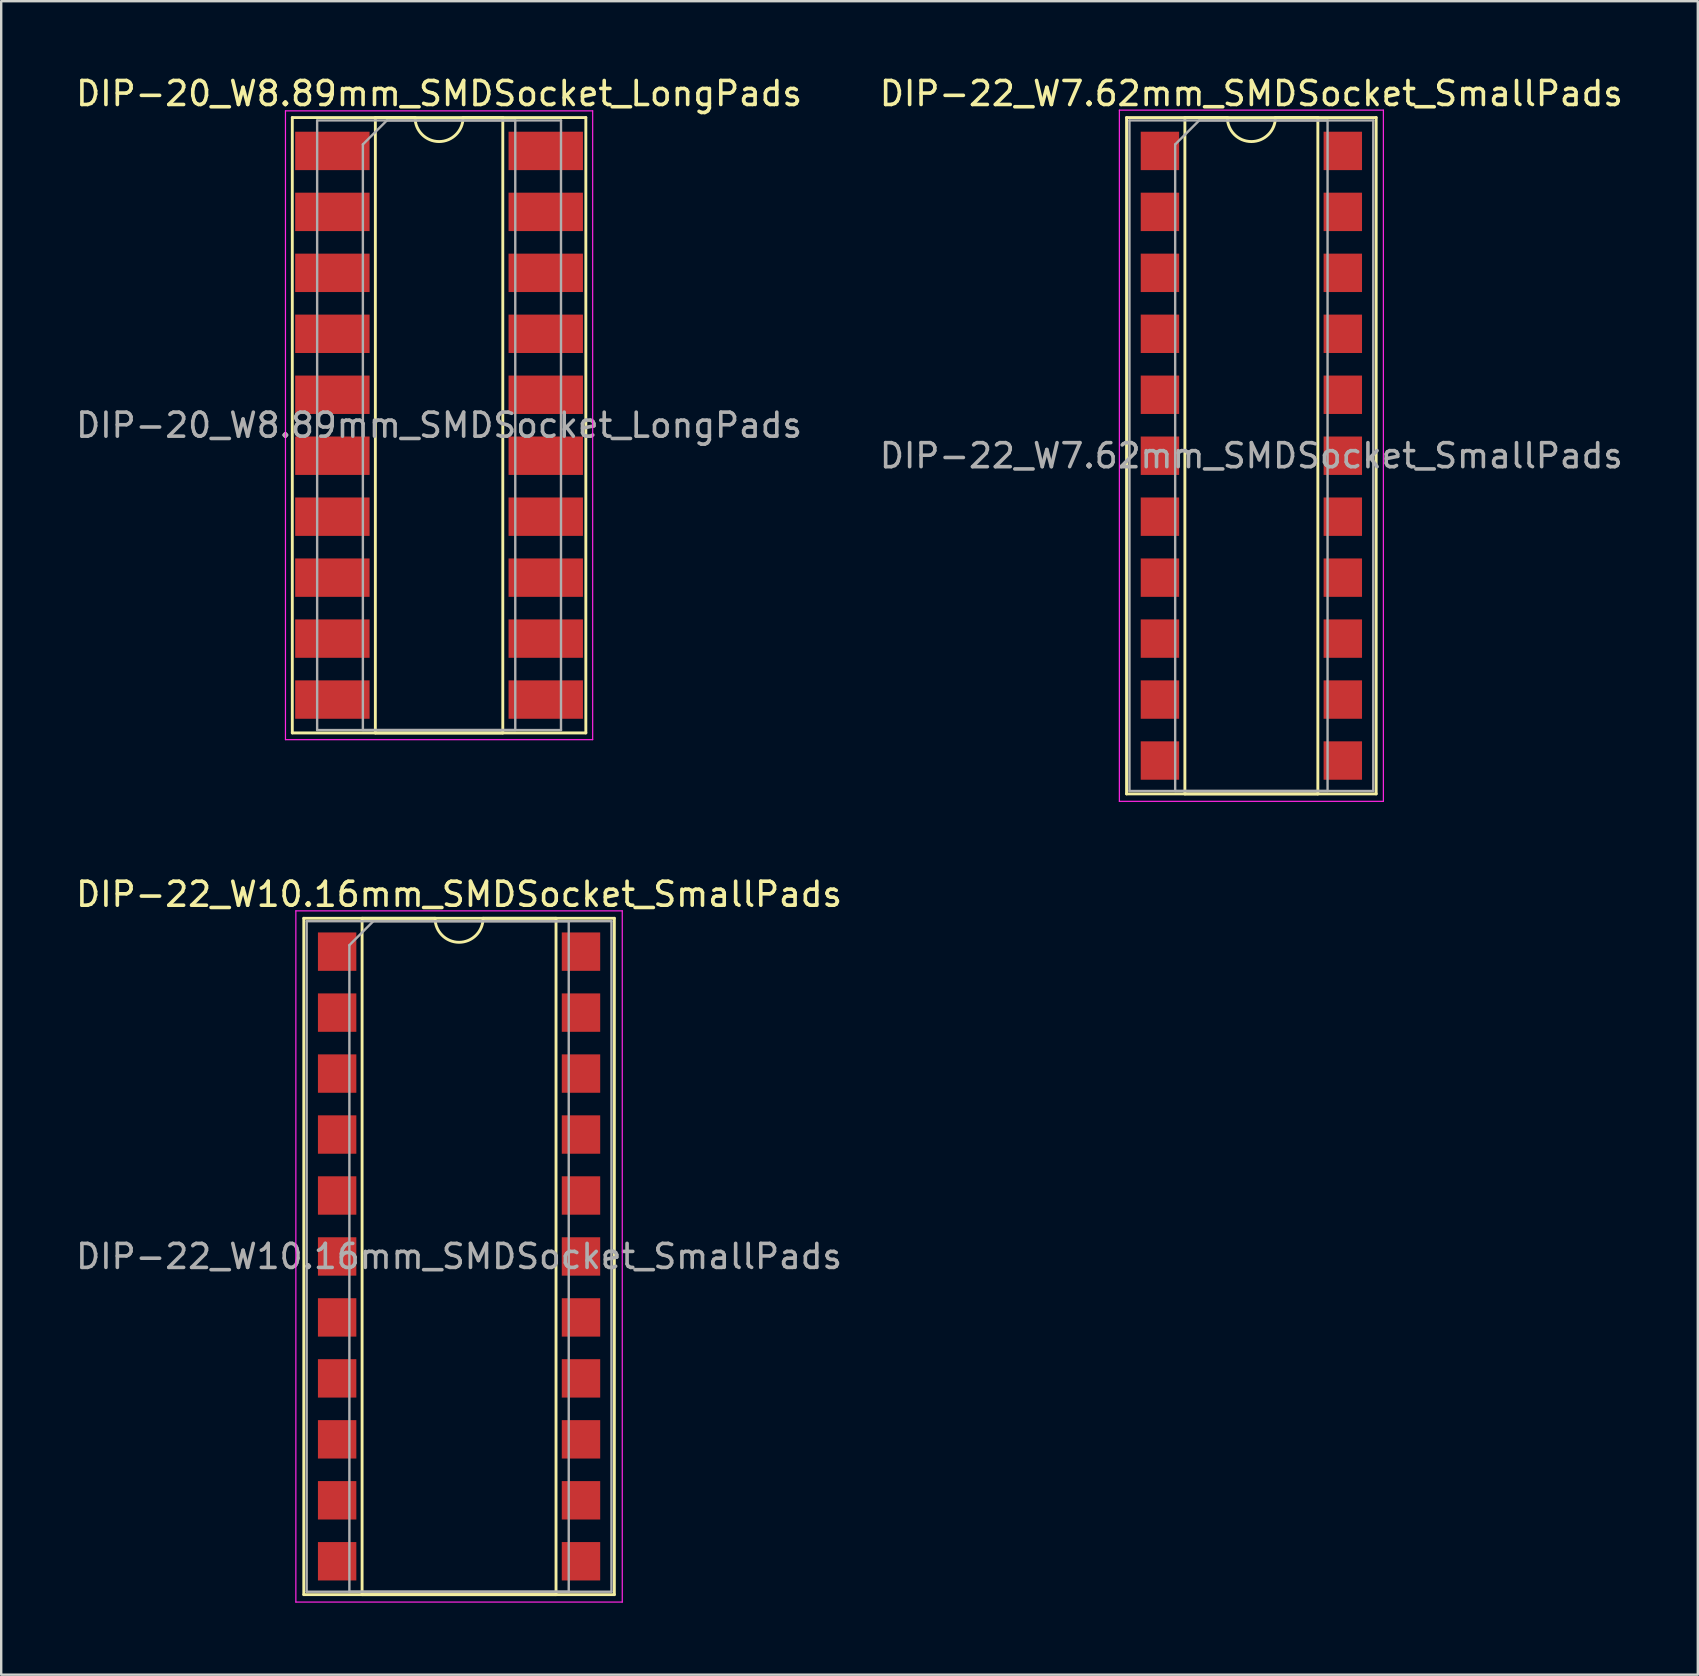
<source format=kicad_pcb>
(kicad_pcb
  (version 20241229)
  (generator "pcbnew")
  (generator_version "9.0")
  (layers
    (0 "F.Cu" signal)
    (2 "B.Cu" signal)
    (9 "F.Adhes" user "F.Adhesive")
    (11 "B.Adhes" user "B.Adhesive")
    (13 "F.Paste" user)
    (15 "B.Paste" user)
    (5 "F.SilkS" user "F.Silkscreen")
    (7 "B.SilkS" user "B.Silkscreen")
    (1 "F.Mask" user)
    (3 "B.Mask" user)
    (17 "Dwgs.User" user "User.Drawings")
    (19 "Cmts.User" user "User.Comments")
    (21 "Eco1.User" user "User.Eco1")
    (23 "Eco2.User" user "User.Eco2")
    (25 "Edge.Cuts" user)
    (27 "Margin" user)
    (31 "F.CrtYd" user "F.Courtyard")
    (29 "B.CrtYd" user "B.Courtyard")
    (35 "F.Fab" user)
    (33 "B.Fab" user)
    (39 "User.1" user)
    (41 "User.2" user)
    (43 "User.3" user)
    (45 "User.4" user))
  (footprint "DIP-20_W8.89mm_SMDSocket_LongPads"
    (layer "F.Cu")
    (at 15.244 14.668)
    (property "Reference" "DIP-20_W8.89mm_SMDSocket_LongPads" (at 0 -13.82 0) (layer "F.SilkS") (effects (font (size 1 1) (thickness 0.15))))
    (attr smd)
    (fp_line (start -6.115 -12.82) (end -6.115 12.82) (stroke (width 0.12) (type solid)) (layer "F.SilkS"))
    (fp_line (start -6.115 12.82) (end 6.115 12.82) (stroke (width 0.12) (type solid)) (layer "F.SilkS"))
    (fp_line (start -2.655 -12.82) (end -2.655 12.82) (stroke (width 0.12) (type solid)) (layer "F.SilkS"))
    (fp_line (start -2.655 12.82) (end 2.655 12.82) (stroke (width 0.12) (type solid)) (layer "F.SilkS"))
    (fp_line (start -1 -12.82) (end -2.655 -12.82) (stroke (width 0.12) (type solid)) (layer "F.SilkS"))
    (fp_line (start 2.655 -12.82) (end 1 -12.82) (stroke (width 0.12) (type solid)) (layer "F.SilkS"))
    (fp_line (start 2.655 12.82) (end 2.655 -12.82) (stroke (width 0.12) (type solid)) (layer "F.SilkS"))
    (fp_line (start 6.115 -12.82) (end -6.115 -12.82) (stroke (width 0.12) (type solid)) (layer "F.SilkS"))
    (fp_line (start 6.115 12.82) (end 6.115 -12.82) (stroke (width 0.12) (type solid)) (layer "F.SilkS"))
    (fp_arc (start 1 -12.82) (mid 0 -11.82) (end -1 -12.82) (stroke (width 0.12) (type solid)) (layer "F.SilkS"))
    (fp_line (start -6.4 -13.1) (end -6.4 13.1) (stroke (width 0.05) (type solid)) (layer "F.CrtYd"))
    (fp_line (start -6.4 13.1) (end 6.4 13.1) (stroke (width 0.05) (type solid)) (layer "F.CrtYd"))
    (fp_line (start 6.4 -13.1) (end -6.4 -13.1) (stroke (width 0.05) (type solid)) (layer "F.CrtYd"))
    (fp_line (start 6.4 13.1) (end 6.4 -13.1) (stroke (width 0.05) (type solid)) (layer "F.CrtYd"))
    (fp_line (start -5.08 -12.7) (end -5.08 12.7) (stroke (width 0.1) (type solid)) (layer "F.Fab"))
    (fp_line (start -5.08 12.7) (end 5.08 12.7) (stroke (width 0.1) (type solid)) (layer "F.Fab"))
    (fp_line (start -3.175 -11.7) (end -2.175 -12.7) (stroke (width 0.1) (type solid)) (layer "F.Fab"))
    (fp_line (start -3.175 12.7) (end -3.175 -11.7) (stroke (width 0.1) (type solid)) (layer "F.Fab"))
    (fp_line (start -2.175 -12.7) (end 3.175 -12.7) (stroke (width 0.1) (type solid)) (layer "F.Fab"))
    (fp_line (start 3.175 -12.7) (end 3.175 12.7) (stroke (width 0.1) (type solid)) (layer "F.Fab"))
    (fp_line (start 3.175 12.7) (end -3.175 12.7) (stroke (width 0.1) (type solid)) (layer "F.Fab"))
    (fp_line (start 5.08 -12.7) (end -5.08 -12.7) (stroke (width 0.1) (type solid)) (layer "F.Fab"))
    (fp_line (start 5.08 12.7) (end 5.08 -12.7) (stroke (width 0.1) (type solid)) (layer "F.Fab"))
    (fp_text user "${REFERENCE}" (at 0 0 0) (layer "F.Fab") (effects (font (size 1 1) (thickness 0.15))))
    (pad "1" smd rect (at -4.445 -11.43) (size 3.1 1.6) (layers "F.Cu" "F.Mask" "F.Paste"))
    (pad "2" smd rect (at -4.445 -8.89) (size 3.1 1.6) (layers "F.Cu" "F.Mask" "F.Paste"))
    (pad "3" smd rect (at -4.445 -6.35) (size 3.1 1.6) (layers "F.Cu" "F.Mask" "F.Paste"))
    (pad "4" smd rect (at -4.445 -3.81) (size 3.1 1.6) (layers "F.Cu" "F.Mask" "F.Paste"))
    (pad "5" smd rect (at -4.445 -1.27) (size 3.1 1.6) (layers "F.Cu" "F.Mask" "F.Paste"))
    (pad "6" smd rect (at -4.445 1.27) (size 3.1 1.6) (layers "F.Cu" "F.Mask" "F.Paste"))
    (pad "7" smd rect (at -4.445 3.81) (size 3.1 1.6) (layers "F.Cu" "F.Mask" "F.Paste"))
    (pad "8" smd rect (at -4.445 6.35) (size 3.1 1.6) (layers "F.Cu" "F.Mask" "F.Paste"))
    (pad "9" smd rect (at -4.445 8.89) (size 3.1 1.6) (layers "F.Cu" "F.Mask" "F.Paste"))
    (pad "10" smd rect (at -4.445 11.43) (size 3.1 1.6) (layers "F.Cu" "F.Mask" "F.Paste"))
    (pad "11" smd rect (at 4.445 11.43) (size 3.1 1.6) (layers "F.Cu" "F.Mask" "F.Paste"))
    (pad "12" smd rect (at 4.445 8.89) (size 3.1 1.6) (layers "F.Cu" "F.Mask" "F.Paste"))
    (pad "13" smd rect (at 4.445 6.35) (size 3.1 1.6) (layers "F.Cu" "F.Mask" "F.Paste"))
    (pad "14" smd rect (at 4.445 3.81) (size 3.1 1.6) (layers "F.Cu" "F.Mask" "F.Paste"))
    (pad "15" smd rect (at 4.445 1.27) (size 3.1 1.6) (layers "F.Cu" "F.Mask" "F.Paste"))
    (pad "16" smd rect (at 4.445 -1.27) (size 3.1 1.6) (layers "F.Cu" "F.Mask" "F.Paste"))
    (pad "17" smd rect (at 4.445 -3.81) (size 3.1 1.6) (layers "F.Cu" "F.Mask" "F.Paste"))
    (pad "18" smd rect (at 4.445 -6.35) (size 3.1 1.6) (layers "F.Cu" "F.Mask" "F.Paste"))
    (pad "19" smd rect (at 4.445 -8.89) (size 3.1 1.6) (layers "F.Cu" "F.Mask" "F.Paste"))
    (pad "20" smd rect (at 4.445 -11.43) (size 3.1 1.6) (layers "F.Cu" "F.Mask" "F.Paste")))
  (footprint "DIP-22_W10.16mm_SMDSocket_SmallPads"
    (layer "F.Cu")
    (at 16.077 49.301)
    (property "Reference" "DIP-22_W10.16mm_SMDSocket_SmallPads" (at 0 -15.09 0) (layer "F.SilkS") (effects (font (size 1 1) (thickness 0.15))))
    (attr smd)
    (fp_line (start -6.47 -14.09) (end -6.47 14.09) (stroke (width 0.12) (type solid)) (layer "F.SilkS"))
    (fp_line (start -6.47 14.09) (end 6.47 14.09) (stroke (width 0.12) (type solid)) (layer "F.SilkS"))
    (fp_line (start -4.04 -14.09) (end -4.04 14.09) (stroke (width 0.12) (type solid)) (layer "F.SilkS"))
    (fp_line (start -4.04 14.09) (end 4.04 14.09) (stroke (width 0.12) (type solid)) (layer "F.SilkS"))
    (fp_line (start -1 -14.09) (end -4.04 -14.09) (stroke (width 0.12) (type solid)) (layer "F.SilkS"))
    (fp_line (start 4.04 -14.09) (end 1 -14.09) (stroke (width 0.12) (type solid)) (layer "F.SilkS"))
    (fp_line (start 4.04 14.09) (end 4.04 -14.09) (stroke (width 0.12) (type solid)) (layer "F.SilkS"))
    (fp_line (start 6.47 -14.09) (end -6.47 -14.09) (stroke (width 0.12) (type solid)) (layer "F.SilkS"))
    (fp_line (start 6.47 14.09) (end 6.47 -14.09) (stroke (width 0.12) (type solid)) (layer "F.SilkS"))
    (fp_arc (start 1 -14.09) (mid 0 -13.09) (end -1 -14.09) (stroke (width 0.12) (type solid)) (layer "F.SilkS"))
    (fp_line (start -6.8 -14.4) (end -6.8 14.4) (stroke (width 0.05) (type solid)) (layer "F.CrtYd"))
    (fp_line (start -6.8 14.4) (end 6.8 14.4) (stroke (width 0.05) (type solid)) (layer "F.CrtYd"))
    (fp_line (start 6.8 -14.4) (end -6.8 -14.4) (stroke (width 0.05) (type solid)) (layer "F.CrtYd"))
    (fp_line (start 6.8 14.4) (end 6.8 -14.4) (stroke (width 0.05) (type solid)) (layer "F.CrtYd"))
    (fp_line (start -6.35 -13.97) (end -6.35 13.97) (stroke (width 0.1) (type solid)) (layer "F.Fab"))
    (fp_line (start -6.35 13.97) (end 6.35 13.97) (stroke (width 0.1) (type solid)) (layer "F.Fab"))
    (fp_line (start -4.57 -12.97) (end -3.57 -13.97) (stroke (width 0.1) (type solid)) (layer "F.Fab"))
    (fp_line (start -4.57 13.97) (end -4.57 -12.97) (stroke (width 0.1) (type solid)) (layer "F.Fab"))
    (fp_line (start -3.57 -13.97) (end 4.57 -13.97) (stroke (width 0.1) (type solid)) (layer "F.Fab"))
    (fp_line (start 4.57 -13.97) (end 4.57 13.97) (stroke (width 0.1) (type solid)) (layer "F.Fab"))
    (fp_line (start 4.57 13.97) (end -4.57 13.97) (stroke (width 0.1) (type solid)) (layer "F.Fab"))
    (fp_line (start 6.35 -13.97) (end -6.35 -13.97) (stroke (width 0.1) (type solid)) (layer "F.Fab"))
    (fp_line (start 6.35 13.97) (end 6.35 -13.97) (stroke (width 0.1) (type solid)) (layer "F.Fab"))
    (fp_text user "${REFERENCE}" (at 0 0 0) (layer "F.Fab") (effects (font (size 1 1) (thickness 0.15))))
    (pad "1" smd rect (at -5.08 -12.7) (size 1.6 1.6) (layers "F.Cu" "F.Mask" "F.Paste"))
    (pad "2" smd rect (at -5.08 -10.16) (size 1.6 1.6) (layers "F.Cu" "F.Mask" "F.Paste"))
    (pad "3" smd rect (at -5.08 -7.62) (size 1.6 1.6) (layers "F.Cu" "F.Mask" "F.Paste"))
    (pad "4" smd rect (at -5.08 -5.08) (size 1.6 1.6) (layers "F.Cu" "F.Mask" "F.Paste"))
    (pad "5" smd rect (at -5.08 -2.54) (size 1.6 1.6) (layers "F.Cu" "F.Mask" "F.Paste"))
    (pad "6" smd rect (at -5.08 0) (size 1.6 1.6) (layers "F.Cu" "F.Mask" "F.Paste"))
    (pad "7" smd rect (at -5.08 2.54) (size 1.6 1.6) (layers "F.Cu" "F.Mask" "F.Paste"))
    (pad "8" smd rect (at -5.08 5.08) (size 1.6 1.6) (layers "F.Cu" "F.Mask" "F.Paste"))
    (pad "9" smd rect (at -5.08 7.62) (size 1.6 1.6) (layers "F.Cu" "F.Mask" "F.Paste"))
    (pad "10" smd rect (at -5.08 10.16) (size 1.6 1.6) (layers "F.Cu" "F.Mask" "F.Paste"))
    (pad "11" smd rect (at -5.08 12.7) (size 1.6 1.6) (layers "F.Cu" "F.Mask" "F.Paste"))
    (pad "12" smd rect (at 5.08 12.7) (size 1.6 1.6) (layers "F.Cu" "F.Mask" "F.Paste"))
    (pad "13" smd rect (at 5.08 10.16) (size 1.6 1.6) (layers "F.Cu" "F.Mask" "F.Paste"))
    (pad "14" smd rect (at 5.08 7.62) (size 1.6 1.6) (layers "F.Cu" "F.Mask" "F.Paste"))
    (pad "15" smd rect (at 5.08 5.08) (size 1.6 1.6) (layers "F.Cu" "F.Mask" "F.Paste"))
    (pad "16" smd rect (at 5.08 2.54) (size 1.6 1.6) (layers "F.Cu" "F.Mask" "F.Paste"))
    (pad "17" smd rect (at 5.08 0) (size 1.6 1.6) (layers "F.Cu" "F.Mask" "F.Paste"))
    (pad "18" smd rect (at 5.08 -2.54) (size 1.6 1.6) (layers "F.Cu" "F.Mask" "F.Paste"))
    (pad "19" smd rect (at 5.08 -5.08) (size 1.6 1.6) (layers "F.Cu" "F.Mask" "F.Paste"))
    (pad "20" smd rect (at 5.08 -7.62) (size 1.6 1.6) (layers "F.Cu" "F.Mask" "F.Paste"))
    (pad "21" smd rect (at 5.08 -10.16) (size 1.6 1.6) (layers "F.Cu" "F.Mask" "F.Paste"))
    (pad "22" smd rect (at 5.08 -12.7) (size 1.6 1.6) (layers "F.Cu" "F.Mask" "F.Paste")))
  (footprint "DIP-22_W7.62mm_SMDSocket_SmallPads"
    (layer "F.Cu")
    (at 49.089 15.938)
    (property "Reference" "DIP-22_W7.62mm_SMDSocket_SmallPads" (at 0 -15.09 0) (layer "F.SilkS") (effects (font (size 1 1) (thickness 0.15))))
    (attr smd)
    (fp_line (start -5.2 -14.09) (end -5.2 14.09) (stroke (width 0.12) (type solid)) (layer "F.SilkS"))
    (fp_line (start -5.2 14.09) (end 5.2 14.09) (stroke (width 0.12) (type solid)) (layer "F.SilkS"))
    (fp_line (start -2.77 -14.09) (end -2.77 14.09) (stroke (width 0.12) (type solid)) (layer "F.SilkS"))
    (fp_line (start -2.77 14.09) (end 2.77 14.09) (stroke (width 0.12) (type solid)) (layer "F.SilkS"))
    (fp_line (start -1 -14.09) (end -2.77 -14.09) (stroke (width 0.12) (type solid)) (layer "F.SilkS"))
    (fp_line (start 2.77 -14.09) (end 1 -14.09) (stroke (width 0.12) (type solid)) (layer "F.SilkS"))
    (fp_line (start 2.77 14.09) (end 2.77 -14.09) (stroke (width 0.12) (type solid)) (layer "F.SilkS"))
    (fp_line (start 5.2 -14.09) (end -5.2 -14.09) (stroke (width 0.12) (type solid)) (layer "F.SilkS"))
    (fp_line (start 5.2 14.09) (end 5.2 -14.09) (stroke (width 0.12) (type solid)) (layer "F.SilkS"))
    (fp_arc (start 1 -14.09) (mid 0 -13.09) (end -1 -14.09) (stroke (width 0.12) (type solid)) (layer "F.SilkS"))
    (fp_line (start -5.5 -14.4) (end -5.5 14.4) (stroke (width 0.05) (type solid)) (layer "F.CrtYd"))
    (fp_line (start -5.5 14.4) (end 5.5 14.4) (stroke (width 0.05) (type solid)) (layer "F.CrtYd"))
    (fp_line (start 5.5 -14.4) (end -5.5 -14.4) (stroke (width 0.05) (type solid)) (layer "F.CrtYd"))
    (fp_line (start 5.5 14.4) (end 5.5 -14.4) (stroke (width 0.05) (type solid)) (layer "F.CrtYd"))
    (fp_line (start -5.08 -13.97) (end -5.08 13.97) (stroke (width 0.1) (type solid)) (layer "F.Fab"))
    (fp_line (start -5.08 13.97) (end 5.08 13.97) (stroke (width 0.1) (type solid)) (layer "F.Fab"))
    (fp_line (start -3.175 -12.97) (end -2.175 -13.97) (stroke (width 0.1) (type solid)) (layer "F.Fab"))
    (fp_line (start -3.175 13.97) (end -3.175 -12.97) (stroke (width 0.1) (type solid)) (layer "F.Fab"))
    (fp_line (start -2.175 -13.97) (end 3.175 -13.97) (stroke (width 0.1) (type solid)) (layer "F.Fab"))
    (fp_line (start 3.175 -13.97) (end 3.175 13.97) (stroke (width 0.1) (type solid)) (layer "F.Fab"))
    (fp_line (start 3.175 13.97) (end -3.175 13.97) (stroke (width 0.1) (type solid)) (layer "F.Fab"))
    (fp_line (start 5.08 -13.97) (end -5.08 -13.97) (stroke (width 0.1) (type solid)) (layer "F.Fab"))
    (fp_line (start 5.08 13.97) (end 5.08 -13.97) (stroke (width 0.1) (type solid)) (layer "F.Fab"))
    (fp_text user "${REFERENCE}" (at 0 0 0) (layer "F.Fab") (effects (font (size 1 1) (thickness 0.15))))
    (pad "1" smd rect (at -3.81 -12.7) (size 1.6 1.6) (layers "F.Cu" "F.Mask" "F.Paste"))
    (pad "2" smd rect (at -3.81 -10.16) (size 1.6 1.6) (layers "F.Cu" "F.Mask" "F.Paste"))
    (pad "3" smd rect (at -3.81 -7.62) (size 1.6 1.6) (layers "F.Cu" "F.Mask" "F.Paste"))
    (pad "4" smd rect (at -3.81 -5.08) (size 1.6 1.6) (layers "F.Cu" "F.Mask" "F.Paste"))
    (pad "5" smd rect (at -3.81 -2.54) (size 1.6 1.6) (layers "F.Cu" "F.Mask" "F.Paste"))
    (pad "6" smd rect (at -3.81 0) (size 1.6 1.6) (layers "F.Cu" "F.Mask" "F.Paste"))
    (pad "7" smd rect (at -3.81 2.54) (size 1.6 1.6) (layers "F.Cu" "F.Mask" "F.Paste"))
    (pad "8" smd rect (at -3.81 5.08) (size 1.6 1.6) (layers "F.Cu" "F.Mask" "F.Paste"))
    (pad "9" smd rect (at -3.81 7.62) (size 1.6 1.6) (layers "F.Cu" "F.Mask" "F.Paste"))
    (pad "10" smd rect (at -3.81 10.16) (size 1.6 1.6) (layers "F.Cu" "F.Mask" "F.Paste"))
    (pad "11" smd rect (at -3.81 12.7) (size 1.6 1.6) (layers "F.Cu" "F.Mask" "F.Paste"))
    (pad "12" smd rect (at 3.81 12.7) (size 1.6 1.6) (layers "F.Cu" "F.Mask" "F.Paste"))
    (pad "13" smd rect (at 3.81 10.16) (size 1.6 1.6) (layers "F.Cu" "F.Mask" "F.Paste"))
    (pad "14" smd rect (at 3.81 7.62) (size 1.6 1.6) (layers "F.Cu" "F.Mask" "F.Paste"))
    (pad "15" smd rect (at 3.81 5.08) (size 1.6 1.6) (layers "F.Cu" "F.Mask" "F.Paste"))
    (pad "16" smd rect (at 3.81 2.54) (size 1.6 1.6) (layers "F.Cu" "F.Mask" "F.Paste"))
    (pad "17" smd rect (at 3.81 0) (size 1.6 1.6) (layers "F.Cu" "F.Mask" "F.Paste"))
    (pad "18" smd rect (at 3.81 -2.54) (size 1.6 1.6) (layers "F.Cu" "F.Mask" "F.Paste"))
    (pad "19" smd rect (at 3.81 -5.08) (size 1.6 1.6) (layers "F.Cu" "F.Mask" "F.Paste"))
    (pad "20" smd rect (at 3.81 -7.62) (size 1.6 1.6) (layers "F.Cu" "F.Mask" "F.Paste"))
    (pad "21" smd rect (at 3.81 -10.16) (size 1.6 1.6) (layers "F.Cu" "F.Mask" "F.Paste"))
    (pad "22" smd rect (at 3.81 -12.7) (size 1.6 1.6) (layers "F.Cu" "F.Mask" "F.Paste")))
  (gr_rect
    (start -3 -3)
    (end 67.69 66.727)
    (stroke (width 0.1) (type default))
    (fill no)
    (layer "Edge.Cuts")))
</source>
